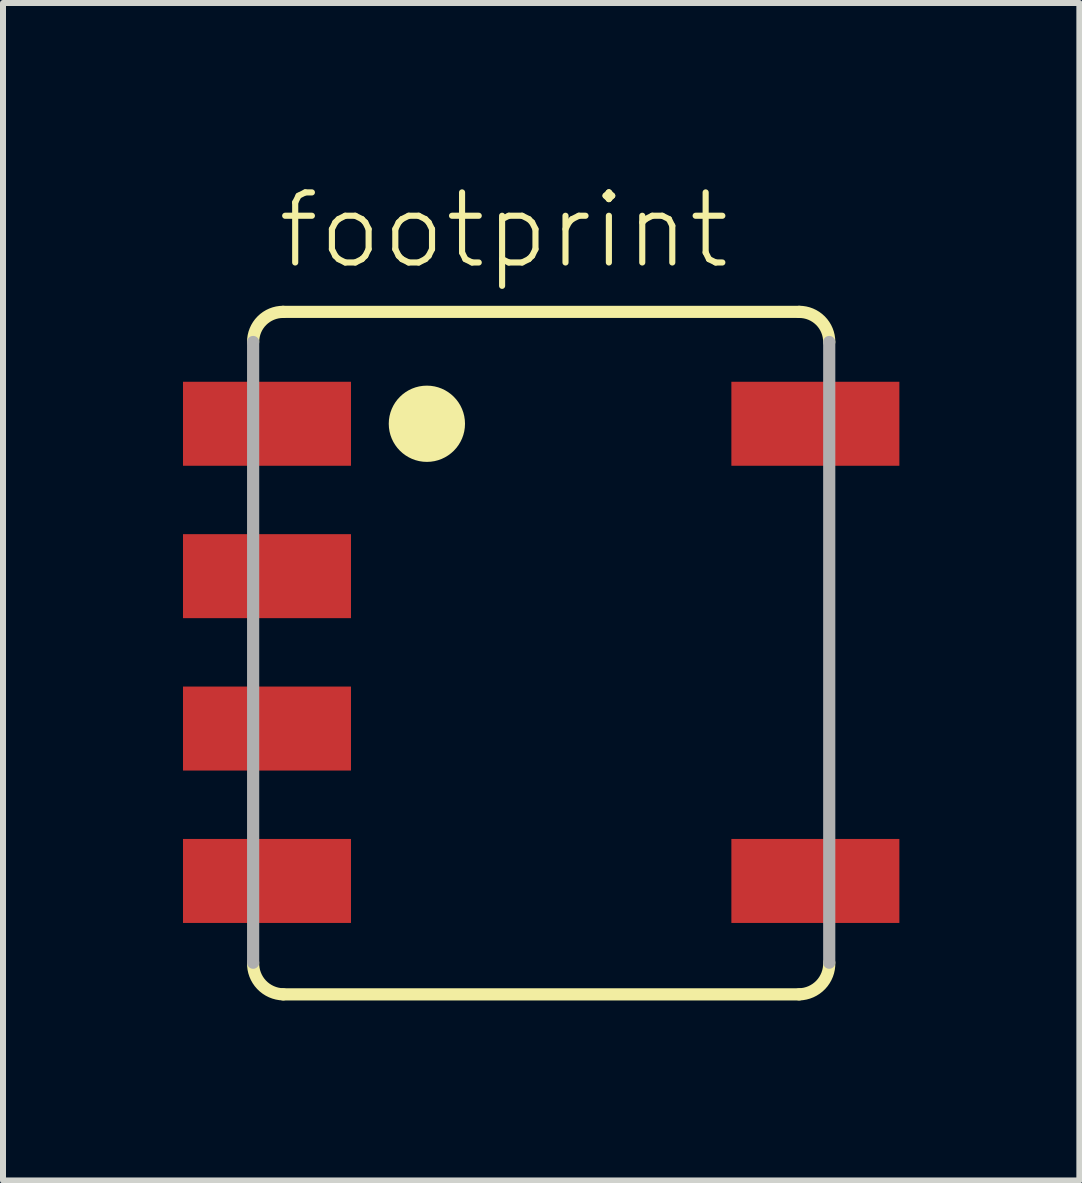
<source format=kicad_pcb>
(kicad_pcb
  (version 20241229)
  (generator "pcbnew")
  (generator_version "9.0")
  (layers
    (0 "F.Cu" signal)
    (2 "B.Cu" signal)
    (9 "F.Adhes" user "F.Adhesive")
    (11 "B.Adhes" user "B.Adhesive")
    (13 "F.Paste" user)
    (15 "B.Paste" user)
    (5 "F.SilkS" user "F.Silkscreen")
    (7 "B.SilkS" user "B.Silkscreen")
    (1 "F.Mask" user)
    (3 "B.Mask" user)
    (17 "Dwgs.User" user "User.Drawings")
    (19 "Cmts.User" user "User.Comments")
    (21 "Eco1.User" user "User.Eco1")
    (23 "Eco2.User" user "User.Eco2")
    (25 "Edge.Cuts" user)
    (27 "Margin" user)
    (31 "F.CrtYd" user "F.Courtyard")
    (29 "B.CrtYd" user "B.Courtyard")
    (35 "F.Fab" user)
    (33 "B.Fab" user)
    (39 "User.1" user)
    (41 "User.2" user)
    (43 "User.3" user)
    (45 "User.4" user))
  (footprint "footprint"
    (layer "F.Cu")
    (at 5.97 7.823)
    (property "Reference" "footprint" (at -4.445 -6.35 0) (layer "F.SilkS") (effects (font (size 1.168 1.168) (thickness 0.102)) (justify left bottom)))
    (fp_line (start -4.301 -5.675) (end 4.301 -5.675) (stroke (width 0.203) (type solid)) (layer "F.SilkS"))
    (fp_line (start 4.301 5.7) (end -4.301 5.7) (stroke (width 0.203) (type solid)) (layer "F.SilkS"))
    (fp_arc (start -4.8011 -5.1734) (mid -4.655249 -5.528017) (end -4.301099 -5.675001) (stroke (width 0.2032) (type solid)) (layer "F.SilkS"))
    (fp_arc (start -4.3011 5.7) (mid -4.660427 5.540504) (end -4.801101 5.173399) (stroke (width 0.2032) (type solid)) (layer "F.SilkS"))
    (fp_arc (start 4.3011 -5.675) (mid 4.655219 -5.527987) (end 4.801099 -5.173399) (stroke (width 0.2032) (type solid)) (layer "F.SilkS"))
    (fp_arc (start 4.8011 5.1734) (mid 4.660485 5.54056) (end 4.3011 5.7) (stroke (width 0.2032) (type solid)) (layer "F.SilkS"))
    (fp_circle (center -1.905 -3.81) (end -1.587 -3.81) (stroke (width 0.635) (type solid)) (fill yes) (layer "F.SilkS"))
    (fp_line (start -4.801 5.173) (end -4.801 -5.173) (stroke (width 0.203) (type solid)) (layer "F.Fab"))
    (fp_line (start 4.801 -5.173) (end 4.801 5.173) (stroke (width 0.203) (type solid)) (layer "F.Fab"))
    (pad "1" smd rect (at -4.57 -3.81) (size 2.8 1.4) (layers "F.Cu" "F.Mask" "F.Paste"))
    (pad "2" smd rect (at -4.57 -1.27) (size 2.8 1.4) (layers "F.Cu" "F.Mask" "F.Paste"))
    (pad "3" smd rect (at -4.57 1.27) (size 2.8 1.4) (layers "F.Cu" "F.Mask" "F.Paste"))
    (pad "4" smd rect (at -4.57 3.81) (size 2.8 1.4) (layers "F.Cu" "F.Mask" "F.Paste"))
    (pad "5" smd rect (at 4.57 3.81 180) (size 2.8 1.4) (layers "F.Cu" "F.Mask" "F.Paste"))
    (pad "6" smd rect (at 4.57 -3.81 180) (size 2.8 1.4) (layers "F.Cu" "F.Mask" "F.Paste")))
  (gr_rect
    (start -3 -3)
    (end 14.94 16.625)
    (stroke (width 0.1) (type default))
    (fill no)
    (layer "Edge.Cuts")))
</source>
